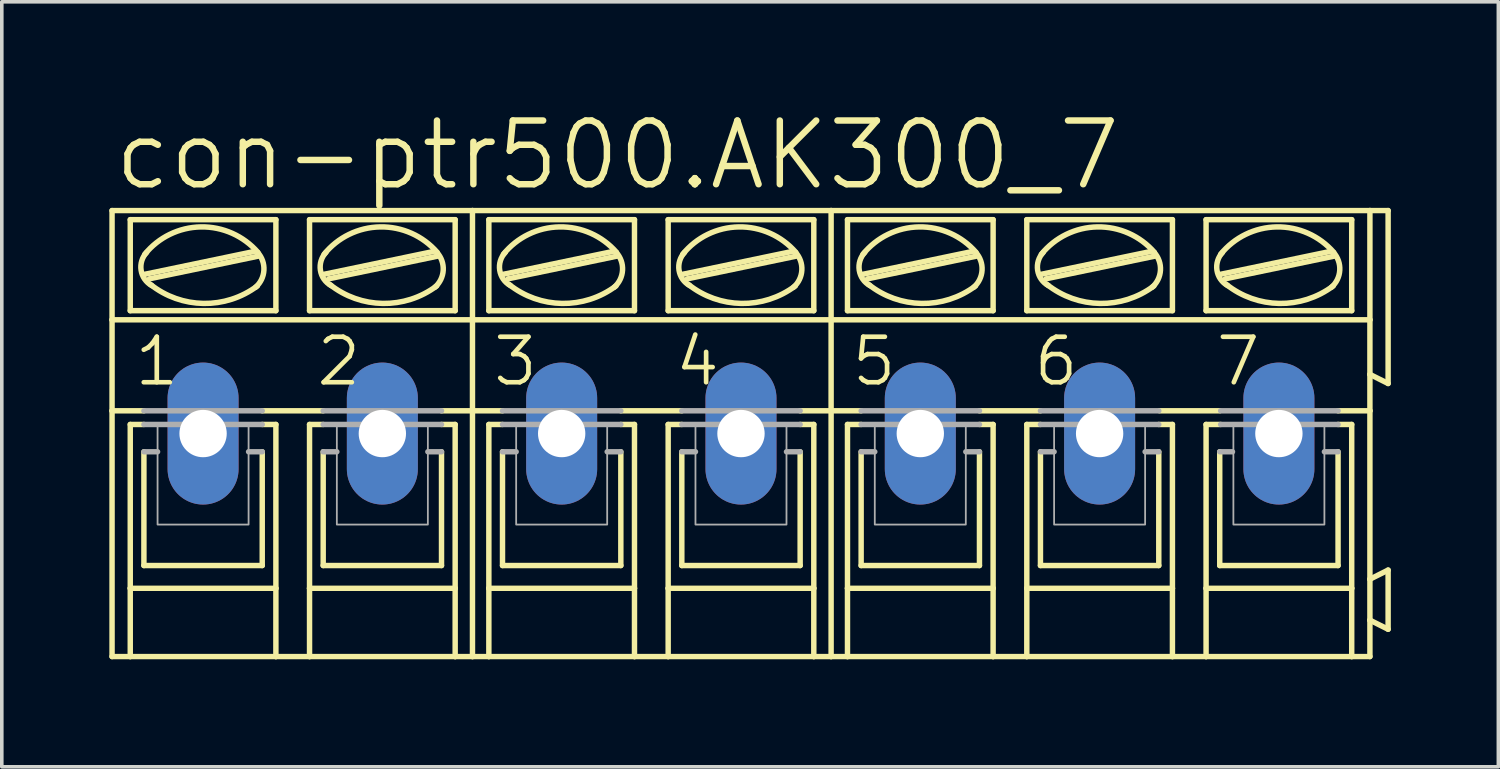
<source format=kicad_pcb>
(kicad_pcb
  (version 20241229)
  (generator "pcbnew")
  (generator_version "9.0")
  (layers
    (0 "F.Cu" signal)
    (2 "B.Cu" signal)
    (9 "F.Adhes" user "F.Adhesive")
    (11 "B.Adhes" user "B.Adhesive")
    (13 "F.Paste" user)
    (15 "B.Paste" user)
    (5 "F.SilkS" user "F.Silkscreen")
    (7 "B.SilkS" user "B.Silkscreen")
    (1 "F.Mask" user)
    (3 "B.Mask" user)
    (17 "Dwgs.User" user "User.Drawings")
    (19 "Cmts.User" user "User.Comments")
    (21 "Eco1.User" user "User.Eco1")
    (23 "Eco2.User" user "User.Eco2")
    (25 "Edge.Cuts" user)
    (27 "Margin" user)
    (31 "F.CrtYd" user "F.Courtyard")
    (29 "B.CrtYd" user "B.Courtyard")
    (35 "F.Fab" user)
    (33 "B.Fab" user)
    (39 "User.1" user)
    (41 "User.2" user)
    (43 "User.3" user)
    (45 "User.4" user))
  (footprint "con-ptr500.AK300_7"
    (layer "F.Cu")
    (at 17.628 9.049)
    (property "Reference" "con-ptr500.AK300_7" (at -17.577 -6.731 0) (layer "F.SilkS") (effects (font (size 1.778 1.778) (thickness 0.18)) (justify left bottom)))
    (attr through_hole)
    (fp_line (start -17.551 -6.223) (end -7.493 -6.223) (stroke (width 0.152) (type default)) (layer "F.SilkS"))
    (fp_line (start -17.551 -3.175) (end -17.551 -6.223) (stroke (width 0.152) (type default)) (layer "F.SilkS"))
    (fp_line (start -17.551 -3.175) (end -7.493 -3.175) (stroke (width 0.152) (type default)) (layer "F.SilkS"))
    (fp_line (start -17.551 -0.635) (end -17.551 -3.175) (stroke (width 0.152) (type default)) (layer "F.SilkS"))
    (fp_line (start -17.551 -0.635) (end -16.662 -0.635) (stroke (width 0.152) (type default)) (layer "F.SilkS"))
    (fp_line (start -17.551 6.223) (end -17.551 -0.635) (stroke (width 0.152) (type default)) (layer "F.SilkS"))
    (fp_line (start -17.551 6.223) (end -17.043 6.223) (stroke (width 0.152) (type default)) (layer "F.SilkS"))
    (fp_line (start -17.043 -3.429) (end -17.043 -5.969) (stroke (width 0.152) (type default)) (layer "F.SilkS"))
    (fp_line (start -17.043 -0.254) (end -17.043 4.318) (stroke (width 0.152) (type default)) (layer "F.SilkS"))
    (fp_line (start -17.043 -0.254) (end -16.662 -0.254) (stroke (width 0.152) (type default)) (layer "F.SilkS"))
    (fp_line (start -17.043 4.318) (end -17.043 6.223) (stroke (width 0.152) (type default)) (layer "F.SilkS"))
    (fp_line (start -17.043 6.223) (end -12.979 6.223) (stroke (width 0.152) (type default)) (layer "F.SilkS"))
    (fp_line (start -16.662 3.683) (end -16.662 0.508) (stroke (width 0.152) (type default)) (layer "F.SilkS"))
    (fp_line (start -16.637 -4.445) (end -13.589 -5.08) (stroke (width 0.152) (type default)) (layer "F.SilkS"))
    (fp_line (start -16.51 -4.318) (end -13.462 -4.953) (stroke (width 0.152) (type default)) (layer "F.SilkS"))
    (fp_line (start -13.36 -0.635) (end -11.659 -0.635) (stroke (width 0.152) (type default)) (layer "F.SilkS"))
    (fp_line (start -13.36 3.683) (end -16.662 3.683) (stroke (width 0.152) (type default)) (layer "F.SilkS"))
    (fp_line (start -13.36 3.683) (end -13.36 0.508) (stroke (width 0.152) (type default)) (layer "F.SilkS"))
    (fp_line (start -12.979 -5.969) (end -17.043 -5.969) (stroke (width 0.152) (type default)) (layer "F.SilkS"))
    (fp_line (start -12.979 -3.429) (end -17.043 -3.429) (stroke (width 0.152) (type default)) (layer "F.SilkS"))
    (fp_line (start -12.979 -3.429) (end -12.979 -5.969) (stroke (width 0.152) (type default)) (layer "F.SilkS"))
    (fp_line (start -12.979 -0.254) (end -13.36 -0.254) (stroke (width 0.152) (type default)) (layer "F.SilkS"))
    (fp_line (start -12.979 4.318) (end -17.043 4.318) (stroke (width 0.152) (type default)) (layer "F.SilkS"))
    (fp_line (start -12.979 4.318) (end -12.979 -0.254) (stroke (width 0.152) (type default)) (layer "F.SilkS"))
    (fp_line (start -12.979 6.223) (end -12.979 4.318) (stroke (width 0.152) (type default)) (layer "F.SilkS"))
    (fp_line (start -12.979 6.223) (end -12.04 6.223) (stroke (width 0.152) (type default)) (layer "F.SilkS"))
    (fp_line (start -12.04 -5.969) (end -7.976 -5.969) (stroke (width 0.152) (type default)) (layer "F.SilkS"))
    (fp_line (start -12.04 -3.429) (end -12.04 -5.969) (stroke (width 0.152) (type default)) (layer "F.SilkS"))
    (fp_line (start -12.04 -0.254) (end -11.659 -0.254) (stroke (width 0.152) (type default)) (layer "F.SilkS"))
    (fp_line (start -12.04 4.318) (end -12.04 -0.254) (stroke (width 0.152) (type default)) (layer "F.SilkS"))
    (fp_line (start -12.04 4.318) (end -7.976 4.318) (stroke (width 0.152) (type default)) (layer "F.SilkS"))
    (fp_line (start -12.04 6.223) (end -12.04 4.318) (stroke (width 0.152) (type default)) (layer "F.SilkS"))
    (fp_line (start -12.04 6.223) (end -7.976 6.223) (stroke (width 0.152) (type default)) (layer "F.SilkS"))
    (fp_line (start -11.659 3.683) (end -11.659 0.508) (stroke (width 0.152) (type default)) (layer "F.SilkS"))
    (fp_line (start -11.633 -4.445) (end -8.585 -5.08) (stroke (width 0.152) (type default)) (layer "F.SilkS"))
    (fp_line (start -11.506 -4.318) (end -8.458 -4.953) (stroke (width 0.152) (type default)) (layer "F.SilkS"))
    (fp_line (start -8.357 3.683) (end -11.659 3.683) (stroke (width 0.152) (type default)) (layer "F.SilkS"))
    (fp_line (start -8.357 3.683) (end -8.357 0.508) (stroke (width 0.152) (type default)) (layer "F.SilkS"))
    (fp_line (start -7.976 -5.969) (end -7.976 -3.429) (stroke (width 0.152) (type default)) (layer "F.SilkS"))
    (fp_line (start -7.976 -3.429) (end -12.04 -3.429) (stroke (width 0.152) (type default)) (layer "F.SilkS"))
    (fp_line (start -7.976 -0.254) (end -8.357 -0.254) (stroke (width 0.152) (type default)) (layer "F.SilkS"))
    (fp_line (start -7.976 -0.254) (end -7.976 4.318) (stroke (width 0.152) (type default)) (layer "F.SilkS"))
    (fp_line (start -7.976 4.318) (end -7.976 6.223) (stroke (width 0.152) (type default)) (layer "F.SilkS"))
    (fp_line (start -7.976 6.223) (end -7.493 6.223) (stroke (width 0.152) (type default)) (layer "F.SilkS"))
    (fp_line (start -7.493 -3.175) (end -7.493 -6.223) (stroke (width 0.152) (type default)) (layer "F.SilkS"))
    (fp_line (start -7.493 -3.175) (end 2.515 -3.175) (stroke (width 0.152) (type default)) (layer "F.SilkS"))
    (fp_line (start -7.493 -0.635) (end -8.357 -0.635) (stroke (width 0.152) (type default)) (layer "F.SilkS"))
    (fp_line (start -7.493 -0.635) (end -7.493 -3.175) (stroke (width 0.152) (type default)) (layer "F.SilkS"))
    (fp_line (start -7.493 -0.635) (end -6.655 -0.635) (stroke (width 0.152) (type default)) (layer "F.SilkS"))
    (fp_line (start -7.493 6.223) (end -7.493 -0.635) (stroke (width 0.152) (type default)) (layer "F.SilkS"))
    (fp_line (start -7.493 6.223) (end -7.036 6.223) (stroke (width 0.152) (type default)) (layer "F.SilkS"))
    (fp_line (start -7.036 -3.429) (end -7.036 -5.969) (stroke (width 0.152) (type default)) (layer "F.SilkS"))
    (fp_line (start -7.036 -0.254) (end -7.036 4.318) (stroke (width 0.152) (type default)) (layer "F.SilkS"))
    (fp_line (start -7.036 -0.254) (end -6.655 -0.254) (stroke (width 0.152) (type default)) (layer "F.SilkS"))
    (fp_line (start -7.036 4.318) (end -7.036 6.223) (stroke (width 0.152) (type default)) (layer "F.SilkS"))
    (fp_line (start -7.036 6.223) (end -2.972 6.223) (stroke (width 0.152) (type default)) (layer "F.SilkS"))
    (fp_line (start -6.655 3.683) (end -6.655 0.508) (stroke (width 0.152) (type default)) (layer "F.SilkS"))
    (fp_line (start -6.629 -4.445) (end -3.581 -5.08) (stroke (width 0.152) (type default)) (layer "F.SilkS"))
    (fp_line (start -6.502 -4.318) (end -3.454 -4.953) (stroke (width 0.152) (type default)) (layer "F.SilkS"))
    (fp_line (start -3.353 -0.635) (end -1.651 -0.635) (stroke (width 0.152) (type default)) (layer "F.SilkS"))
    (fp_line (start -3.353 3.683) (end -6.655 3.683) (stroke (width 0.152) (type default)) (layer "F.SilkS"))
    (fp_line (start -3.353 3.683) (end -3.353 0.508) (stroke (width 0.152) (type default)) (layer "F.SilkS"))
    (fp_line (start -2.972 -5.969) (end -7.036 -5.969) (stroke (width 0.152) (type default)) (layer "F.SilkS"))
    (fp_line (start -2.972 -3.429) (end -7.036 -3.429) (stroke (width 0.152) (type default)) (layer "F.SilkS"))
    (fp_line (start -2.972 -3.429) (end -2.972 -5.969) (stroke (width 0.152) (type default)) (layer "F.SilkS"))
    (fp_line (start -2.972 -0.254) (end -3.353 -0.254) (stroke (width 0.152) (type default)) (layer "F.SilkS"))
    (fp_line (start -2.972 4.318) (end -7.036 4.318) (stroke (width 0.152) (type default)) (layer "F.SilkS"))
    (fp_line (start -2.972 4.318) (end -2.972 -0.254) (stroke (width 0.152) (type default)) (layer "F.SilkS"))
    (fp_line (start -2.972 6.223) (end -2.972 4.318) (stroke (width 0.152) (type default)) (layer "F.SilkS"))
    (fp_line (start -2.972 6.223) (end -2.032 6.223) (stroke (width 0.152) (type default)) (layer "F.SilkS"))
    (fp_line (start -2.032 -5.969) (end 2.032 -5.969) (stroke (width 0.152) (type default)) (layer "F.SilkS"))
    (fp_line (start -2.032 -3.429) (end -2.032 -5.969) (stroke (width 0.152) (type default)) (layer "F.SilkS"))
    (fp_line (start -2.032 -0.254) (end -1.651 -0.254) (stroke (width 0.152) (type default)) (layer "F.SilkS"))
    (fp_line (start -2.032 4.318) (end -2.032 -0.254) (stroke (width 0.152) (type default)) (layer "F.SilkS"))
    (fp_line (start -2.032 4.318) (end 2.032 4.318) (stroke (width 0.152) (type default)) (layer "F.SilkS"))
    (fp_line (start -2.032 6.223) (end -2.032 4.318) (stroke (width 0.152) (type default)) (layer "F.SilkS"))
    (fp_line (start -2.032 6.223) (end 2.032 6.223) (stroke (width 0.152) (type default)) (layer "F.SilkS"))
    (fp_line (start -1.651 3.683) (end -1.651 0.508) (stroke (width 0.152) (type default)) (layer "F.SilkS"))
    (fp_line (start -1.626 -4.445) (end 1.422 -5.08) (stroke (width 0.152) (type default)) (layer "F.SilkS"))
    (fp_line (start -1.499 -4.318) (end 1.549 -4.953) (stroke (width 0.152) (type default)) (layer "F.SilkS"))
    (fp_line (start 1.651 3.683) (end -1.651 3.683) (stroke (width 0.152) (type default)) (layer "F.SilkS"))
    (fp_line (start 1.651 3.683) (end 1.651 0.508) (stroke (width 0.152) (type default)) (layer "F.SilkS"))
    (fp_line (start 2.032 -5.969) (end 2.032 -3.429) (stroke (width 0.152) (type default)) (layer "F.SilkS"))
    (fp_line (start 2.032 -3.429) (end -2.032 -3.429) (stroke (width 0.152) (type default)) (layer "F.SilkS"))
    (fp_line (start 2.032 -0.254) (end 1.651 -0.254) (stroke (width 0.152) (type default)) (layer "F.SilkS"))
    (fp_line (start 2.032 -0.254) (end 2.032 4.318) (stroke (width 0.152) (type default)) (layer "F.SilkS"))
    (fp_line (start 2.032 4.318) (end 2.032 6.223) (stroke (width 0.152) (type default)) (layer "F.SilkS"))
    (fp_line (start 2.032 6.223) (end 2.515 6.223) (stroke (width 0.152) (type default)) (layer "F.SilkS"))
    (fp_line (start 2.515 -6.223) (end -7.493 -6.223) (stroke (width 0.152) (type default)) (layer "F.SilkS"))
    (fp_line (start 2.515 -3.175) (end 2.515 -6.223) (stroke (width 0.152) (type default)) (layer "F.SilkS"))
    (fp_line (start 2.515 -3.175) (end 17.551 -3.175) (stroke (width 0.152) (type default)) (layer "F.SilkS"))
    (fp_line (start 2.515 -0.635) (end 1.651 -0.635) (stroke (width 0.152) (type default)) (layer "F.SilkS"))
    (fp_line (start 2.515 -0.635) (end 2.515 -3.175) (stroke (width 0.152) (type default)) (layer "F.SilkS"))
    (fp_line (start 2.515 -0.635) (end 3.353 -0.635) (stroke (width 0.152) (type default)) (layer "F.SilkS"))
    (fp_line (start 2.515 6.223) (end 2.515 -0.635) (stroke (width 0.152) (type default)) (layer "F.SilkS"))
    (fp_line (start 2.515 6.223) (end 2.972 6.223) (stroke (width 0.152) (type default)) (layer "F.SilkS"))
    (fp_line (start 2.972 -3.429) (end 2.972 -5.969) (stroke (width 0.152) (type default)) (layer "F.SilkS"))
    (fp_line (start 2.972 -0.254) (end 2.972 4.318) (stroke (width 0.152) (type default)) (layer "F.SilkS"))
    (fp_line (start 2.972 -0.254) (end 3.353 -0.254) (stroke (width 0.152) (type default)) (layer "F.SilkS"))
    (fp_line (start 2.972 4.318) (end 2.972 6.223) (stroke (width 0.152) (type default)) (layer "F.SilkS"))
    (fp_line (start 2.972 6.223) (end 7.036 6.223) (stroke (width 0.152) (type default)) (layer "F.SilkS"))
    (fp_line (start 3.353 3.683) (end 3.353 0.508) (stroke (width 0.152) (type default)) (layer "F.SilkS"))
    (fp_line (start 3.404 -4.445) (end 6.452 -5.08) (stroke (width 0.152) (type default)) (layer "F.SilkS"))
    (fp_line (start 3.531 -4.318) (end 6.579 -4.953) (stroke (width 0.152) (type default)) (layer "F.SilkS"))
    (fp_line (start 6.655 -0.635) (end 8.357 -0.635) (stroke (width 0.152) (type default)) (layer "F.SilkS"))
    (fp_line (start 6.655 3.683) (end 3.353 3.683) (stroke (width 0.152) (type default)) (layer "F.SilkS"))
    (fp_line (start 6.655 3.683) (end 6.655 0.508) (stroke (width 0.152) (type default)) (layer "F.SilkS"))
    (fp_line (start 7.036 -5.969) (end 2.972 -5.969) (stroke (width 0.152) (type default)) (layer "F.SilkS"))
    (fp_line (start 7.036 -3.429) (end 2.972 -3.429) (stroke (width 0.152) (type default)) (layer "F.SilkS"))
    (fp_line (start 7.036 -3.429) (end 7.036 -5.969) (stroke (width 0.152) (type default)) (layer "F.SilkS"))
    (fp_line (start 7.036 -0.254) (end 6.655 -0.254) (stroke (width 0.152) (type default)) (layer "F.SilkS"))
    (fp_line (start 7.036 4.318) (end 2.972 4.318) (stroke (width 0.152) (type default)) (layer "F.SilkS"))
    (fp_line (start 7.036 4.318) (end 7.036 -0.254) (stroke (width 0.152) (type default)) (layer "F.SilkS"))
    (fp_line (start 7.036 6.223) (end 7.036 4.318) (stroke (width 0.152) (type default)) (layer "F.SilkS"))
    (fp_line (start 7.036 6.223) (end 7.976 6.223) (stroke (width 0.152) (type default)) (layer "F.SilkS"))
    (fp_line (start 7.976 -5.969) (end 12.04 -5.969) (stroke (width 0.152) (type default)) (layer "F.SilkS"))
    (fp_line (start 7.976 -3.429) (end 7.976 -5.969) (stroke (width 0.152) (type default)) (layer "F.SilkS"))
    (fp_line (start 7.976 -0.254) (end 8.357 -0.254) (stroke (width 0.152) (type default)) (layer "F.SilkS"))
    (fp_line (start 7.976 4.318) (end 7.976 -0.254) (stroke (width 0.152) (type default)) (layer "F.SilkS"))
    (fp_line (start 7.976 4.318) (end 12.04 4.318) (stroke (width 0.152) (type default)) (layer "F.SilkS"))
    (fp_line (start 7.976 6.223) (end 7.976 4.318) (stroke (width 0.152) (type default)) (layer "F.SilkS"))
    (fp_line (start 7.976 6.223) (end 12.04 6.223) (stroke (width 0.152) (type default)) (layer "F.SilkS"))
    (fp_line (start 8.357 3.683) (end 8.357 0.508) (stroke (width 0.152) (type default)) (layer "F.SilkS"))
    (fp_line (start 8.382 -4.445) (end 11.43 -5.08) (stroke (width 0.152) (type default)) (layer "F.SilkS"))
    (fp_line (start 8.509 -4.318) (end 11.557 -4.953) (stroke (width 0.152) (type default)) (layer "F.SilkS"))
    (fp_line (start 11.659 3.683) (end 8.357 3.683) (stroke (width 0.152) (type default)) (layer "F.SilkS"))
    (fp_line (start 11.659 3.683) (end 11.659 0.508) (stroke (width 0.152) (type default)) (layer "F.SilkS"))
    (fp_line (start 11.684 -0.635) (end 13.36 -0.635) (stroke (width 0.152) (type default)) (layer "F.SilkS"))
    (fp_line (start 12.04 -5.969) (end 12.04 -3.429) (stroke (width 0.152) (type default)) (layer "F.SilkS"))
    (fp_line (start 12.04 -3.429) (end 7.976 -3.429) (stroke (width 0.152) (type default)) (layer "F.SilkS"))
    (fp_line (start 12.04 -0.254) (end 11.659 -0.254) (stroke (width 0.152) (type default)) (layer "F.SilkS"))
    (fp_line (start 12.04 -0.254) (end 12.04 4.318) (stroke (width 0.152) (type default)) (layer "F.SilkS"))
    (fp_line (start 12.04 4.318) (end 12.04 6.223) (stroke (width 0.152) (type default)) (layer "F.SilkS"))
    (fp_line (start 12.04 6.223) (end 12.979 6.223) (stroke (width 0.152) (type default)) (layer "F.SilkS"))
    (fp_line (start 12.979 -5.969) (end 17.043 -5.969) (stroke (width 0.152) (type default)) (layer "F.SilkS"))
    (fp_line (start 12.979 -3.429) (end 12.979 -5.969) (stroke (width 0.152) (type default)) (layer "F.SilkS"))
    (fp_line (start 12.979 -0.254) (end 13.386 -0.254) (stroke (width 0.152) (type default)) (layer "F.SilkS"))
    (fp_line (start 12.979 4.318) (end 12.979 -0.254) (stroke (width 0.152) (type default)) (layer "F.SilkS"))
    (fp_line (start 12.979 4.318) (end 17.043 4.318) (stroke (width 0.152) (type default)) (layer "F.SilkS"))
    (fp_line (start 12.979 6.223) (end 12.979 4.318) (stroke (width 0.152) (type default)) (layer "F.SilkS"))
    (fp_line (start 12.979 6.223) (end 17.043 6.223) (stroke (width 0.152) (type default)) (layer "F.SilkS"))
    (fp_line (start 13.36 3.683) (end 13.36 0.508) (stroke (width 0.152) (type default)) (layer "F.SilkS"))
    (fp_line (start 13.386 -4.445) (end 16.434 -5.08) (stroke (width 0.152) (type default)) (layer "F.SilkS"))
    (fp_line (start 13.513 -4.318) (end 16.561 -4.953) (stroke (width 0.152) (type default)) (layer "F.SilkS"))
    (fp_line (start 16.662 3.683) (end 13.36 3.683) (stroke (width 0.152) (type default)) (layer "F.SilkS"))
    (fp_line (start 16.662 3.683) (end 16.662 0.508) (stroke (width 0.152) (type default)) (layer "F.SilkS"))
    (fp_line (start 17.043 -5.969) (end 17.043 -3.429) (stroke (width 0.152) (type default)) (layer "F.SilkS"))
    (fp_line (start 17.043 -3.429) (end 12.979 -3.429) (stroke (width 0.152) (type default)) (layer "F.SilkS"))
    (fp_line (start 17.043 -0.254) (end 16.662 -0.254) (stroke (width 0.152) (type default)) (layer "F.SilkS"))
    (fp_line (start 17.043 -0.254) (end 17.043 4.318) (stroke (width 0.152) (type default)) (layer "F.SilkS"))
    (fp_line (start 17.043 4.318) (end 17.043 6.223) (stroke (width 0.152) (type default)) (layer "F.SilkS"))
    (fp_line (start 17.043 6.223) (end 17.551 6.223) (stroke (width 0.152) (type default)) (layer "F.SilkS"))
    (fp_line (start 17.551 -6.223) (end 2.515 -6.223) (stroke (width 0.152) (type default)) (layer "F.SilkS"))
    (fp_line (start 17.551 -6.223) (end 17.551 -3.175) (stroke (width 0.152) (type default)) (layer "F.SilkS"))
    (fp_line (start 17.551 -6.223) (end 18.059 -6.223) (stroke (width 0.152) (type default)) (layer "F.SilkS"))
    (fp_line (start 17.551 -3.175) (end 17.551 -1.651) (stroke (width 0.152) (type default)) (layer "F.SilkS"))
    (fp_line (start 17.551 -1.651) (end 17.551 -0.635) (stroke (width 0.152) (type default)) (layer "F.SilkS"))
    (fp_line (start 17.551 -0.635) (end 16.662 -0.635) (stroke (width 0.152) (type default)) (layer "F.SilkS"))
    (fp_line (start 17.551 -0.635) (end 17.551 4.064) (stroke (width 0.152) (type default)) (layer "F.SilkS"))
    (fp_line (start 17.551 4.064) (end 17.551 5.207) (stroke (width 0.152) (type default)) (layer "F.SilkS"))
    (fp_line (start 17.551 5.207) (end 17.551 6.223) (stroke (width 0.152) (type default)) (layer "F.SilkS"))
    (fp_line (start 18.059 -6.223) (end 18.059 -1.397) (stroke (width 0.152) (type default)) (layer "F.SilkS"))
    (fp_line (start 18.059 -1.397) (end 17.551 -1.651) (stroke (width 0.152) (type default)) (layer "F.SilkS"))
    (fp_line (start 18.059 3.81) (end 17.551 4.064) (stroke (width 0.152) (type default)) (layer "F.SilkS"))
    (fp_line (start 18.059 3.81) (end 18.059 5.461) (stroke (width 0.152) (type default)) (layer "F.SilkS"))
    (fp_line (start 18.059 5.461) (end 17.551 5.207) (stroke (width 0.152) (type default)) (layer "F.SilkS"))
    (fp_arc (start -16.637 -5.0038) (mid -15.072627 -5.766949) (end -13.4826 -5.0588) (stroke (width 0.1524) (type default)) (layer "F.SilkS"))
    (fp_arc (start -16.4425 -4.1297) (mid -16.740424 -4.557025) (end -16.5862 -5.0546) (stroke (width 0.1524) (type default)) (layer "F.SilkS"))
    (fp_arc (start -13.4968 -4.1188) (mid -14.998703 -3.631243) (end -16.4846 -4.1656) (stroke (width 0.1524) (type default)) (layer "F.SilkS"))
    (fp_arc (start -13.4875 -5.0545) (mid -13.31314 -4.558084) (end -13.5432 -4.0849) (stroke (width 0.1524) (type default)) (layer "F.SilkS"))
    (fp_arc (start -11.6332 -5.0038) (mid -10.068827 -5.766949) (end -8.4788 -5.0588) (stroke (width 0.1524) (type default)) (layer "F.SilkS"))
    (fp_arc (start -11.4387 -4.1297) (mid -11.736624 -4.557025) (end -11.5824 -5.0546) (stroke (width 0.1524) (type default)) (layer "F.SilkS"))
    (fp_arc (start -8.493 -4.1188) (mid -9.994903 -3.631243) (end -11.4808 -4.1656) (stroke (width 0.1524) (type default)) (layer "F.SilkS"))
    (fp_arc (start -8.4837 -5.0545) (mid -8.30934 -4.558084) (end -8.5394 -4.0849) (stroke (width 0.1524) (type default)) (layer "F.SilkS"))
    (fp_arc (start -6.6294 -5.0038) (mid -5.065027 -5.766949) (end -3.475 -5.0588) (stroke (width 0.1524) (type default)) (layer "F.SilkS"))
    (fp_arc (start -6.4349 -4.1297) (mid -6.732824 -4.557025) (end -6.5786 -5.0546) (stroke (width 0.1524) (type default)) (layer "F.SilkS"))
    (fp_arc (start -3.4892 -4.1188) (mid -4.991103 -3.631243) (end -6.477 -4.1656) (stroke (width 0.1524) (type default)) (layer "F.SilkS"))
    (fp_arc (start -3.4799 -5.0545) (mid -3.30554 -4.558084) (end -3.5356 -4.0849) (stroke (width 0.1524) (type default)) (layer "F.SilkS"))
    (fp_arc (start -1.6256 -5.0038) (mid -0.061227 -5.766949) (end 1.5288 -5.0588) (stroke (width 0.1524) (type default)) (layer "F.SilkS"))
    (fp_arc (start -1.4311 -4.1297) (mid -1.729024 -4.557025) (end -1.5748 -5.0546) (stroke (width 0.1524) (type default)) (layer "F.SilkS"))
    (fp_arc (start 1.5146 -4.1189) (mid 0.012713 -3.631282) (end -1.4732 -4.1656) (stroke (width 0.1524) (type default)) (layer "F.SilkS"))
    (fp_arc (start 1.5239 -5.0545) (mid 1.69826 -4.558084) (end 1.4682 -4.0849) (stroke (width 0.1524) (type default)) (layer "F.SilkS"))
    (fp_arc (start 3.4036 -5.0038) (mid 4.96792 -5.766808) (end 6.5578 -5.0586) (stroke (width 0.1524) (type default)) (layer "F.SilkS"))
    (fp_arc (start 3.5981 -4.1297) (mid 3.300176 -4.557025) (end 3.4544 -5.0546) (stroke (width 0.1524) (type default)) (layer "F.SilkS"))
    (fp_arc (start 6.5438 -4.1189) (mid 5.041913 -3.631282) (end 3.556 -4.1656) (stroke (width 0.1524) (type default)) (layer "F.SilkS"))
    (fp_arc (start 6.5531 -5.0545) (mid 6.72746 -4.558084) (end 6.4974 -4.0849) (stroke (width 0.1524) (type default)) (layer "F.SilkS"))
    (fp_arc (start 8.382 -5.0038) (mid 9.94632 -5.766808) (end 11.5362 -5.0586) (stroke (width 0.1524) (type default)) (layer "F.SilkS"))
    (fp_arc (start 8.5765 -4.1297) (mid 8.278576 -4.557025) (end 8.4328 -5.0546) (stroke (width 0.1524) (type default)) (layer "F.SilkS"))
    (fp_arc (start 11.5222 -4.1189) (mid 10.020313 -3.631282) (end 8.5344 -4.1656) (stroke (width 0.1524) (type default)) (layer "F.SilkS"))
    (fp_arc (start 11.5315 -5.0545) (mid 11.70586 -4.558084) (end 11.4758 -4.0849) (stroke (width 0.1524) (type default)) (layer "F.SilkS"))
    (fp_arc (start 13.3858 -5.0038) (mid 14.95012 -5.766808) (end 16.54 -5.0586) (stroke (width 0.1524) (type default)) (layer "F.SilkS"))
    (fp_arc (start 13.5803 -4.1297) (mid 13.282376 -4.557025) (end 13.4366 -5.0546) (stroke (width 0.1524) (type default)) (layer "F.SilkS"))
    (fp_arc (start 16.526 -4.1189) (mid 15.024113 -3.631282) (end 13.5382 -4.1656) (stroke (width 0.1524) (type default)) (layer "F.SilkS"))
    (fp_arc (start 16.5353 -5.0545) (mid 16.70966 -4.558084) (end 16.4796 -4.0849) (stroke (width 0.1524) (type default)) (layer "F.SilkS"))
    (fp_line (start -16.662 -0.635) (end -13.36 -0.635) (stroke (width 0.152) (type default)) (layer "F.Fab"))
    (fp_line (start -16.662 0.508) (end -16.281 0.508) (stroke (width 0.152) (type default)) (layer "F.Fab"))
    (fp_line (start -13.36 -0.254) (end -16.662 -0.254) (stroke (width 0.152) (type default)) (layer "F.Fab"))
    (fp_line (start -13.36 0.508) (end -13.741 0.508) (stroke (width 0.152) (type default)) (layer "F.Fab"))
    (fp_line (start -11.659 -0.254) (end -8.357 -0.254) (stroke (width 0.152) (type default)) (layer "F.Fab"))
    (fp_line (start -11.659 0.508) (end -11.278 0.508) (stroke (width 0.152) (type default)) (layer "F.Fab"))
    (fp_line (start -8.357 -0.635) (end -11.659 -0.635) (stroke (width 0.152) (type default)) (layer "F.Fab"))
    (fp_line (start -8.357 0.508) (end -8.738 0.508) (stroke (width 0.152) (type default)) (layer "F.Fab"))
    (fp_line (start -6.655 -0.635) (end -3.353 -0.635) (stroke (width 0.152) (type default)) (layer "F.Fab"))
    (fp_line (start -6.655 0.508) (end -6.274 0.508) (stroke (width 0.152) (type default)) (layer "F.Fab"))
    (fp_line (start -3.353 -0.254) (end -6.655 -0.254) (stroke (width 0.152) (type default)) (layer "F.Fab"))
    (fp_line (start -3.353 0.508) (end -3.734 0.508) (stroke (width 0.152) (type default)) (layer "F.Fab"))
    (fp_line (start -1.651 -0.254) (end 1.651 -0.254) (stroke (width 0.152) (type default)) (layer "F.Fab"))
    (fp_line (start -1.651 0.508) (end -1.27 0.508) (stroke (width 0.152) (type default)) (layer "F.Fab"))
    (fp_line (start 1.651 -0.635) (end -1.651 -0.635) (stroke (width 0.152) (type default)) (layer "F.Fab"))
    (fp_line (start 1.651 0.508) (end 1.27 0.508) (stroke (width 0.152) (type default)) (layer "F.Fab"))
    (fp_line (start 3.353 -0.635) (end 6.655 -0.635) (stroke (width 0.152) (type default)) (layer "F.Fab"))
    (fp_line (start 3.353 0.508) (end 3.734 0.508) (stroke (width 0.152) (type default)) (layer "F.Fab"))
    (fp_line (start 6.655 -0.254) (end 3.353 -0.254) (stroke (width 0.152) (type default)) (layer "F.Fab"))
    (fp_line (start 6.655 0.508) (end 6.274 0.508) (stroke (width 0.152) (type default)) (layer "F.Fab"))
    (fp_line (start 8.357 -0.254) (end 11.659 -0.254) (stroke (width 0.152) (type default)) (layer "F.Fab"))
    (fp_line (start 8.357 0.508) (end 8.738 0.508) (stroke (width 0.152) (type default)) (layer "F.Fab"))
    (fp_line (start 11.659 -0.635) (end 8.357 -0.635) (stroke (width 0.152) (type default)) (layer "F.Fab"))
    (fp_line (start 11.659 0.508) (end 11.278 0.508) (stroke (width 0.152) (type default)) (layer "F.Fab"))
    (fp_line (start 13.36 0.508) (end 13.716 0.508) (stroke (width 0.152) (type default)) (layer "F.Fab"))
    (fp_line (start 13.386 -0.254) (end 16.662 -0.254) (stroke (width 0.152) (type default)) (layer "F.Fab"))
    (fp_line (start 16.662 -0.635) (end 13.386 -0.635) (stroke (width 0.152) (type default)) (layer "F.Fab"))
    (fp_line (start 16.662 0.508) (end 16.281 0.508) (stroke (width 0.152) (type default)) (layer "F.Fab"))
    (fp_rect (start -16.281 2.54) (end -13.741 -0.254) (stroke (width 0.05) (type default)) (fill no) (layer "F.Fab"))
    (fp_rect (start -11.278 2.54) (end -8.738 -0.254) (stroke (width 0.05) (type default)) (fill no) (layer "F.Fab"))
    (fp_rect (start -6.274 2.54) (end -3.734 -0.254) (stroke (width 0.05) (type default)) (fill no) (layer "F.Fab"))
    (fp_rect (start -1.27 2.54) (end 1.27 -0.254) (stroke (width 0.05) (type default)) (fill no) (layer "F.Fab"))
    (fp_rect (start 3.734 2.54) (end 6.274 -0.254) (stroke (width 0.05) (type default)) (fill no) (layer "F.Fab"))
    (fp_rect (start 8.738 2.54) (end 11.278 -0.254) (stroke (width 0.05) (type default)) (fill no) (layer "F.Fab"))
    (fp_rect (start 13.741 2.54) (end 16.281 -0.254) (stroke (width 0.05) (type default)) (fill no) (layer "F.Fab"))
    (fp_text user "1" (at -16.993 -1.27 0) (layer "F.SilkS") (effects (font (size 1.27 1.27) (thickness 0.13)) (justify left bottom)))
    (fp_text user "3" (at -6.985 -1.27 0) (layer "F.SilkS") (effects (font (size 1.27 1.27) (thickness 0.13)) (justify left bottom)))
    (fp_text user "2" (at -11.913 -1.27 0) (layer "F.SilkS") (effects (font (size 1.27 1.27) (thickness 0.13)) (justify left bottom)))
    (fp_text user "7" (at 13.183 -1.27 0) (layer "F.SilkS") (effects (font (size 1.27 1.27) (thickness 0.13)) (justify left bottom)))
    (fp_text user "5" (at 3.023 -1.27 0) (layer "F.SilkS") (effects (font (size 1.27 1.27) (thickness 0.13)) (justify left bottom)))
    (fp_text user "6" (at 8.103 -1.27 0) (layer "F.SilkS") (effects (font (size 1.27 1.27) (thickness 0.13)) (justify left bottom)))
    (fp_text user "4" (at -1.905 -1.27 0) (layer "F.SilkS") (effects (font (size 1.27 1.27) (thickness 0.13)) (justify left bottom)))
    (pad "1" thru_hole oval (at -15.011 0 90) (size 3.962 1.981) (drill 1.321) (layers "*.Cu" "*.Mask"))
    (pad "2" thru_hole oval (at -10.008 0 90) (size 3.962 1.981) (drill 1.321) (layers "*.Cu" "*.Mask"))
    (pad "3" thru_hole oval (at -5.004 0 90) (size 3.962 1.981) (drill 1.321) (layers "*.Cu" "*.Mask"))
    (pad "4" thru_hole oval (at 0 0 90) (size 3.962 1.981) (drill 1.321) (layers "*.Cu" "*.Mask"))
    (pad "5" thru_hole oval (at 5.004 0 90) (size 3.962 1.981) (drill 1.321) (layers "*.Cu" "*.Mask"))
    (pad "6" thru_hole oval (at 10.008 0 90) (size 3.962 1.981) (drill 1.321) (layers "*.Cu" "*.Mask"))
    (pad "7" thru_hole oval (at 15.011 0 90) (size 3.962 1.981) (drill 1.321) (layers "*.Cu" "*.Mask")))
  (gr_rect
    (start -3 -3)
    (end 38.763 18.348)
    (stroke (width 0.1) (type default))
    (fill no)
    (layer "Edge.Cuts")))
</source>
